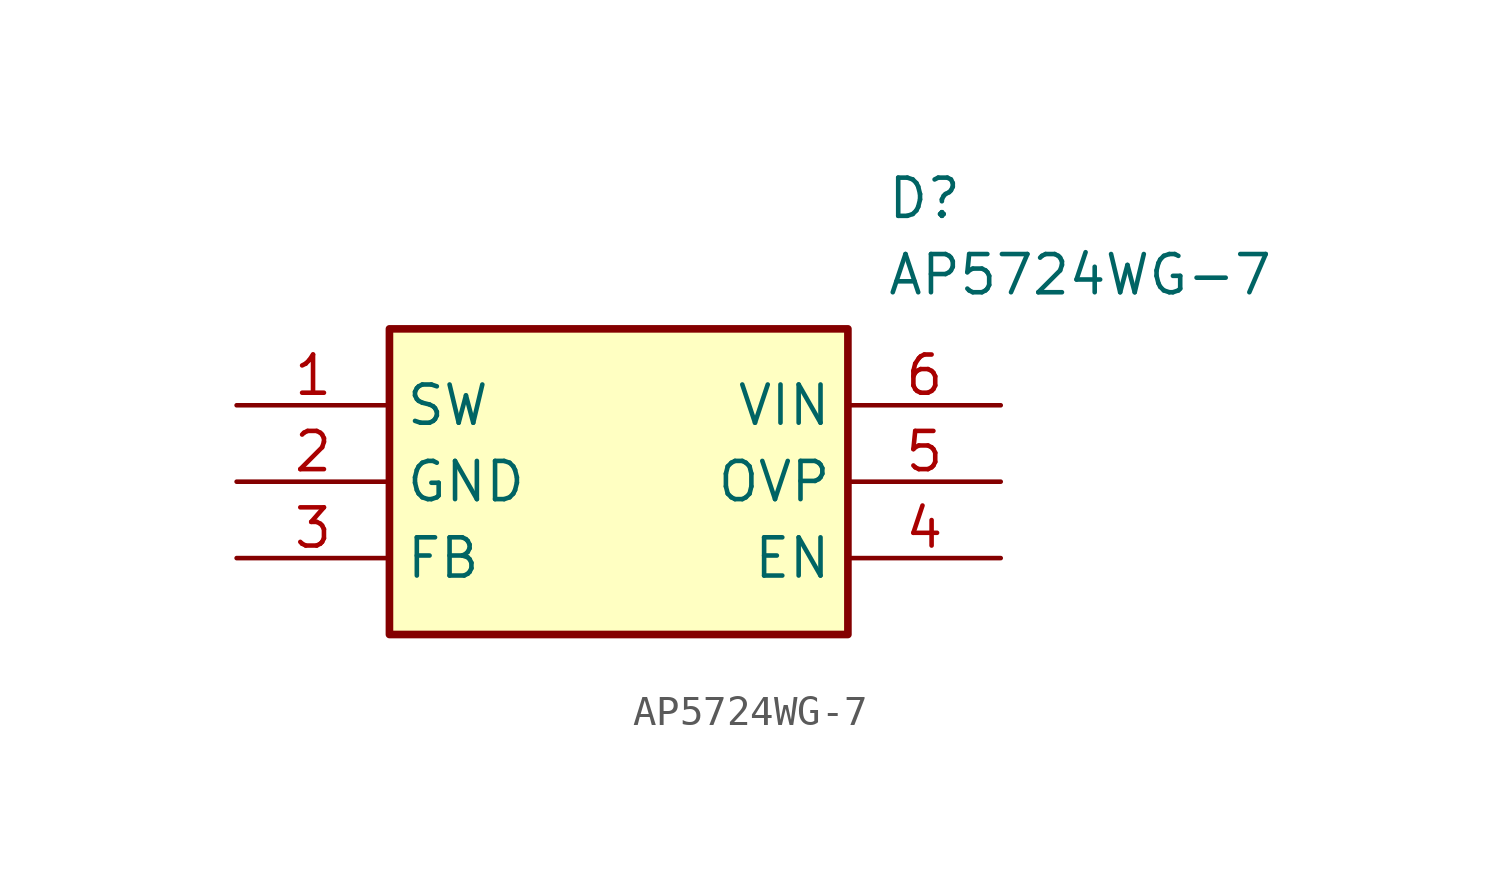
<source format=kicad_sym>
(kicad_symbol_lib
  (version 20211014)
  (generator SamacSys_ECAD_Model)
  (symbol "AP5724WG-7"
    (property "Reference" "D"
      (at 21.59 7.62 0)
      (effects (font (size 1.27 1.27)) (justify left top)))
    (property "Value" "AP5724WG-7"
      (at 21.59 5.08 0)
      (effects (font (size 1.27 1.27)) (justify left top)))
    (rectangle
      (start 5.08 2.54)
      (end 20.32 -7.62)
      (stroke (width 0.254) (type default))
      (fill (type background)))
    (pin passive line
      (at 0 0 0)
      (length 5.08)
      (name "SW" (effects (font (size 1.27 1.27))))
      (number "1" (effects (font (size 1.27 1.27)))))
    (pin passive line
      (at 0 -2.54 0)
      (length 5.08)
      (name "GND" (effects (font (size 1.27 1.27))))
      (number "2" (effects (font (size 1.27 1.27)))))
    (pin passive line
      (at 0 -5.08 0)
      (length 5.08)
      (name "FB" (effects (font (size 1.27 1.27))))
      (number "3" (effects (font (size 1.27 1.27)))))
    (pin passive line
      (at 25.4 0 180)
      (length 5.08)
      (name "VIN" (effects (font (size 1.27 1.27))))
      (number "6" (effects (font (size 1.27 1.27)))))
    (pin passive line
      (at 25.4 -2.54 180)
      (length 5.08)
      (name "OVP" (effects (font (size 1.27 1.27))))
      (number "5" (effects (font (size 1.27 1.27)))))
    (pin passive line
      (at 25.4 -5.08 180)
      (length 5.08)
      (name "EN" (effects (font (size 1.27 1.27))))
      (number "4" (effects (font (size 1.27 1.27)))))))
</source>
